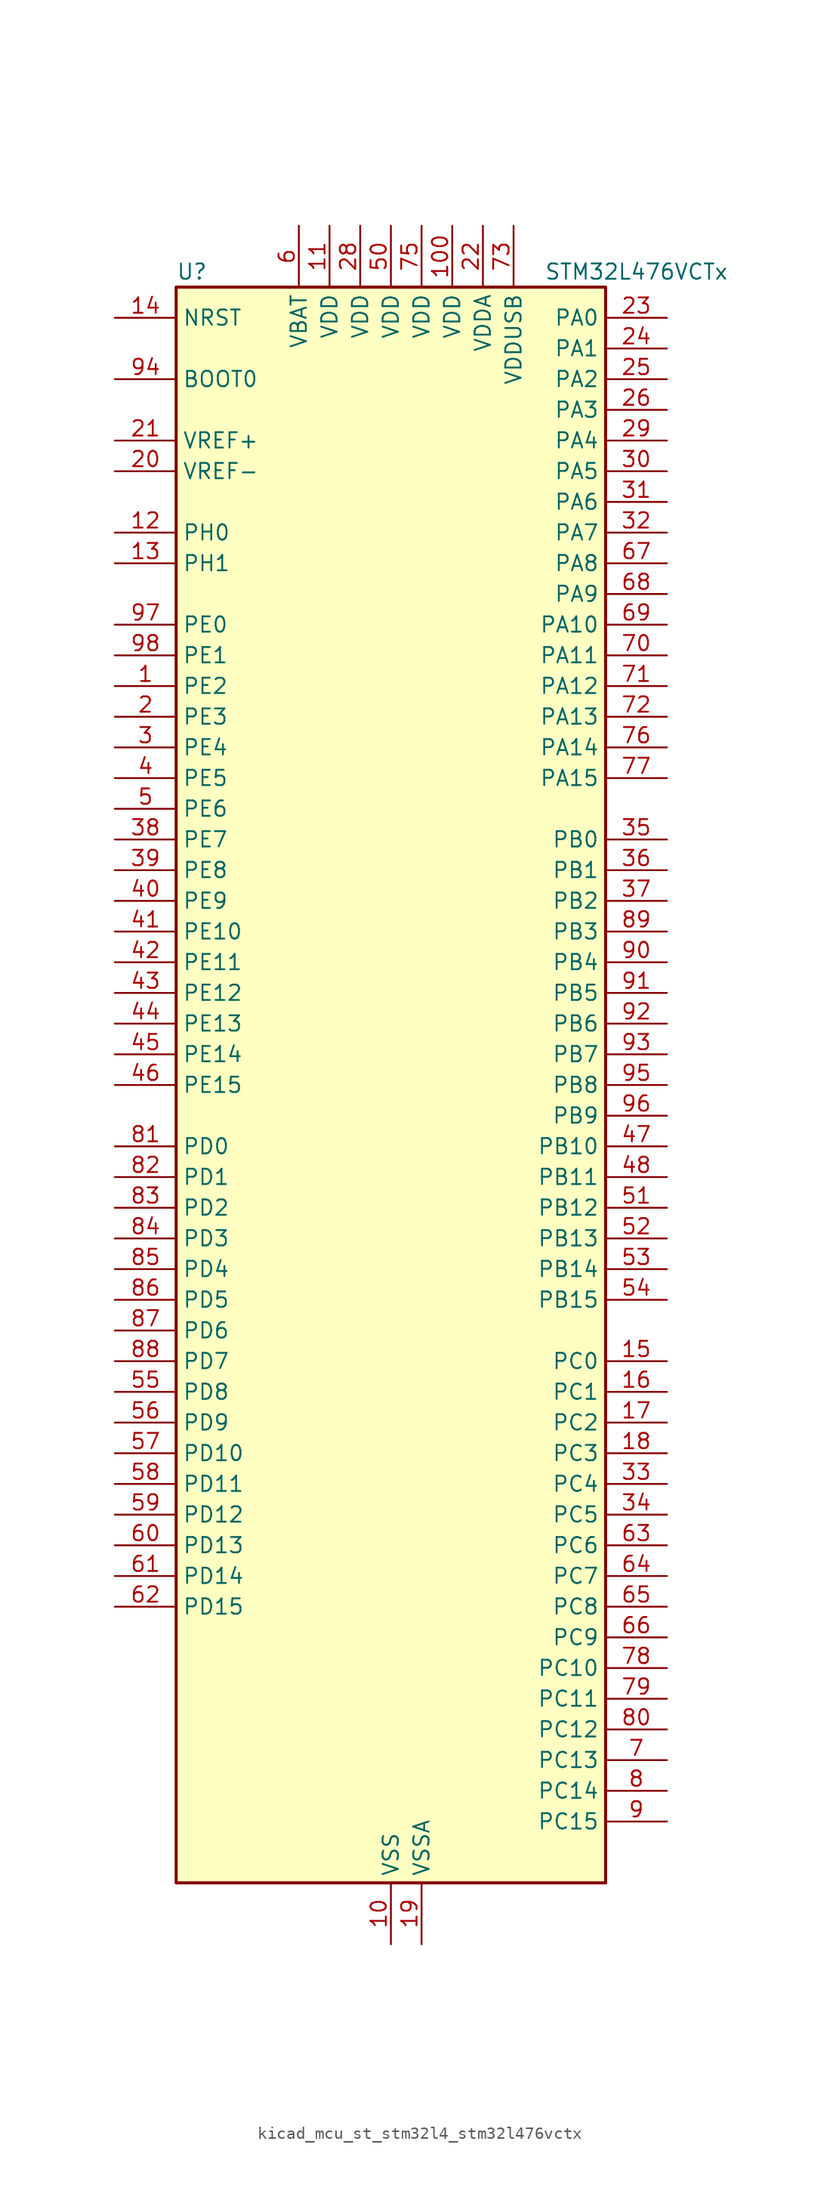
<source format=kicad_sym>
(kicad_symbol_lib
  (version 20220914)
  (generator kicad_symbol_editor)
  (symbol "kicad_mcu_st_stm32l4_stm32l476vctx"
    (property "Reference" "U"
      (at -17.78 67.31 0)
      (effects (font (size 1.27 1.27)) (justify left)))
    (property "Value" "STM32L476VCTx"
      (at 12.7 67.31 0)
      (effects (font (size 1.27 1.27)) (justify left)))
    (property "ki_locked" ""
      (at 0 0 0)
      (effects (font (size 1.27 1.27))))
    (symbol "kicad_mcu_st_stm32l4_stm32l476vctx_0_1"
      (rectangle (start -17.78 -66.04) (end 17.78 66.04) (stroke (width 0.254) (type default)) (fill (type background))))
    (symbol "kicad_mcu_st_stm32l4_stm32l476vctx_1_1"
      (pin bidirectional line (at -22.86 33.02 0) (length 5.08) (name "PE2" (effects (font (size 1.27 1.27)))) (number "1" (effects (font (size 1.27 1.27)))) (alternate "FMC_A23" bidirectional line) (alternate "LCD_SEG38" bidirectional line) (alternate "SAI1_MCLK_A" bidirectional line) (alternate "SYS_TRACECLK" bidirectional line) (alternate "TIM3_ETR" bidirectional line) (alternate "TSC_G7_IO1" bidirectional line))
      (pin power_in line (at 0 -71.12 90) (length 5.08) (name "VSS" (effects (font (size 1.27 1.27)))) (number "10" (effects (font (size 1.27 1.27)))))
      (pin power_in line (at 5.08 71.12 270) (length 5.08) (name "VDD" (effects (font (size 1.27 1.27)))) (number "100" (effects (font (size 1.27 1.27)))))
      (pin power_in line (at -5.08 71.12 270) (length 5.08) (name "VDD" (effects (font (size 1.27 1.27)))) (number "11" (effects (font (size 1.27 1.27)))))
      (pin bidirectional line (at -22.86 45.72 0) (length 5.08) (name "PH0" (effects (font (size 1.27 1.27)))) (number "12" (effects (font (size 1.27 1.27)))) (alternate "RCC_OSC_IN" bidirectional line))
      (pin bidirectional line (at -22.86 43.18 0) (length 5.08) (name "PH1" (effects (font (size 1.27 1.27)))) (number "13" (effects (font (size 1.27 1.27)))) (alternate "RCC_OSC_OUT" bidirectional line))
      (pin input line (at -22.86 63.5 0) (length 5.08) (name "NRST" (effects (font (size 1.27 1.27)))) (number "14" (effects (font (size 1.27 1.27)))))
      (pin bidirectional line (at 22.86 -22.86 180) (length 5.08) (name "PC0" (effects (font (size 1.27 1.27)))) (number "15" (effects (font (size 1.27 1.27)))) (alternate "ADC1_IN1" bidirectional line) (alternate "ADC2_IN1" bidirectional line) (alternate "ADC3_IN1" bidirectional line) (alternate "DFSDM1_DATIN4" bidirectional line) (alternate "I2C3_SCL" bidirectional line) (alternate "LCD_SEG18" bidirectional line) (alternate "LPTIM1_IN1" bidirectional line) (alternate "LPTIM2_IN1" bidirectional line) (alternate "LPUART1_RX" bidirectional line))
      (pin bidirectional line (at 22.86 -25.4 180) (length 5.08) (name "PC1" (effects (font (size 1.27 1.27)))) (number "16" (effects (font (size 1.27 1.27)))) (alternate "ADC1_IN2" bidirectional line) (alternate "ADC2_IN2" bidirectional line) (alternate "ADC3_IN2" bidirectional line) (alternate "DFSDM1_CKIN4" bidirectional line) (alternate "I2C3_SDA" bidirectional line) (alternate "LCD_SEG19" bidirectional line) (alternate "LPTIM1_OUT" bidirectional line) (alternate "LPUART1_TX" bidirectional line))
      (pin bidirectional line (at 22.86 -27.94 180) (length 5.08) (name "PC2" (effects (font (size 1.27 1.27)))) (number "17" (effects (font (size 1.27 1.27)))) (alternate "ADC1_IN3" bidirectional line) (alternate "ADC2_IN3" bidirectional line) (alternate "ADC3_IN3" bidirectional line) (alternate "DFSDM1_CKOUT" bidirectional line) (alternate "LCD_SEG20" bidirectional line) (alternate "LPTIM1_IN2" bidirectional line) (alternate "SPI2_MISO" bidirectional line))
      (pin bidirectional line (at 22.86 -30.48 180) (length 5.08) (name "PC3" (effects (font (size 1.27 1.27)))) (number "18" (effects (font (size 1.27 1.27)))) (alternate "ADC1_IN4" bidirectional line) (alternate "ADC2_IN4" bidirectional line) (alternate "ADC3_IN4" bidirectional line) (alternate "LCD_VLCD" bidirectional line) (alternate "LPTIM1_ETR" bidirectional line) (alternate "LPTIM2_ETR" bidirectional line) (alternate "SAI1_SD_A" bidirectional line) (alternate "SPI2_MOSI" bidirectional line))
      (pin power_in line (at 2.54 -71.12 90) (length 5.08) (name "VSSA" (effects (font (size 1.27 1.27)))) (number "19" (effects (font (size 1.27 1.27)))))
      (pin bidirectional line (at -22.86 30.48 0) (length 5.08) (name "PE3" (effects (font (size 1.27 1.27)))) (number "2" (effects (font (size 1.27 1.27)))) (alternate "FMC_A19" bidirectional line) (alternate "LCD_SEG39" bidirectional line) (alternate "SAI1_SD_B" bidirectional line) (alternate "SYS_TRACED0" bidirectional line) (alternate "TIM3_CH1" bidirectional line) (alternate "TSC_G7_IO2" bidirectional line))
      (pin input line (at -22.86 50.8 0) (length 5.08) (name "VREF-" (effects (font (size 1.27 1.27)))) (number "20" (effects (font (size 1.27 1.27)))))
      (pin input line (at -22.86 53.34 0) (length 5.08) (name "VREF+" (effects (font (size 1.27 1.27)))) (number "21" (effects (font (size 1.27 1.27)))) (alternate "VREFBUF_OUT" bidirectional line))
      (pin power_in line (at 7.62 71.12 270) (length 5.08) (name "VDDA" (effects (font (size 1.27 1.27)))) (number "22" (effects (font (size 1.27 1.27)))))
      (pin bidirectional line (at 22.86 63.5 180) (length 5.08) (name "PA0" (effects (font (size 1.27 1.27)))) (number "23" (effects (font (size 1.27 1.27)))) (alternate "ADC1_IN5" bidirectional line) (alternate "ADC2_IN5" bidirectional line) (alternate "OPAMP1_VINP" bidirectional line) (alternate "RTC_TAMP2" bidirectional line) (alternate "SAI1_EXTCLK" bidirectional line) (alternate "SYS_WKUP1" bidirectional line) (alternate "TIM2_CH1" bidirectional line) (alternate "TIM2_ETR" bidirectional line) (alternate "TIM5_CH1" bidirectional line) (alternate "TIM8_ETR" bidirectional line) (alternate "UART4_TX" bidirectional line) (alternate "USART2_CTS" bidirectional line))
      (pin bidirectional line (at 22.86 60.96 180) (length 5.08) (name "PA1" (effects (font (size 1.27 1.27)))) (number "24" (effects (font (size 1.27 1.27)))) (alternate "ADC1_IN6" bidirectional line) (alternate "ADC2_IN6" bidirectional line) (alternate "LCD_SEG0" bidirectional line) (alternate "OPAMP1_VINM" bidirectional line) (alternate "TIM15_CH1N" bidirectional line) (alternate "TIM2_CH2" bidirectional line) (alternate "TIM5_CH2" bidirectional line) (alternate "UART4_RX" bidirectional line) (alternate "USART2_DE" bidirectional line) (alternate "USART2_RTS" bidirectional line))
      (pin bidirectional line (at 22.86 58.42 180) (length 5.08) (name "PA2" (effects (font (size 1.27 1.27)))) (number "25" (effects (font (size 1.27 1.27)))) (alternate "ADC1_IN7" bidirectional line) (alternate "ADC2_IN7" bidirectional line) (alternate "LCD_SEG1" bidirectional line) (alternate "RCC_LSCO" bidirectional line) (alternate "SAI2_EXTCLK" bidirectional line) (alternate "SYS_WKUP4" bidirectional line) (alternate "TIM15_CH1" bidirectional line) (alternate "TIM2_CH3" bidirectional line) (alternate "TIM5_CH3" bidirectional line) (alternate "USART2_TX" bidirectional line))
      (pin bidirectional line (at 22.86 55.88 180) (length 5.08) (name "PA3" (effects (font (size 1.27 1.27)))) (number "26" (effects (font (size 1.27 1.27)))) (alternate "ADC1_IN8" bidirectional line) (alternate "ADC2_IN8" bidirectional line) (alternate "LCD_SEG2" bidirectional line) (alternate "OPAMP1_VOUT" bidirectional line) (alternate "TIM15_CH2" bidirectional line) (alternate "TIM2_CH4" bidirectional line) (alternate "TIM5_CH4" bidirectional line) (alternate "USART2_RX" bidirectional line))
      (pin passive line (at 0 -71.12 90) (length 5.08) hide (name "VSS" (effects (font (size 1.27 1.27)))) (number "27" (effects (font (size 1.27 1.27)))))
      (pin power_in line (at -2.54 71.12 270) (length 5.08) (name "VDD" (effects (font (size 1.27 1.27)))) (number "28" (effects (font (size 1.27 1.27)))))
      (pin bidirectional line (at 22.86 53.34 180) (length 5.08) (name "PA4" (effects (font (size 1.27 1.27)))) (number "29" (effects (font (size 1.27 1.27)))) (alternate "ADC1_IN9" bidirectional line) (alternate "ADC2_IN9" bidirectional line) (alternate "DAC1_OUT1" bidirectional line) (alternate "LPTIM2_OUT" bidirectional line) (alternate "SAI1_FS_B" bidirectional line) (alternate "SPI1_NSS" bidirectional line) (alternate "SPI3_NSS" bidirectional line) (alternate "USART2_CK" bidirectional line))
      (pin bidirectional line (at -22.86 27.94 0) (length 5.08) (name "PE4" (effects (font (size 1.27 1.27)))) (number "3" (effects (font (size 1.27 1.27)))) (alternate "DFSDM1_DATIN3" bidirectional line) (alternate "FMC_A20" bidirectional line) (alternate "SAI1_FS_A" bidirectional line) (alternate "SYS_TRACED1" bidirectional line) (alternate "TIM3_CH2" bidirectional line) (alternate "TSC_G7_IO3" bidirectional line))
      (pin bidirectional line (at 22.86 50.8 180) (length 5.08) (name "PA5" (effects (font (size 1.27 1.27)))) (number "30" (effects (font (size 1.27 1.27)))) (alternate "ADC1_IN10" bidirectional line) (alternate "ADC2_IN10" bidirectional line) (alternate "DAC1_OUT2" bidirectional line) (alternate "LPTIM2_ETR" bidirectional line) (alternate "SPI1_SCK" bidirectional line) (alternate "TIM2_CH1" bidirectional line) (alternate "TIM2_ETR" bidirectional line) (alternate "TIM8_CH1N" bidirectional line))
      (pin bidirectional line (at 22.86 48.26 180) (length 5.08) (name "PA6" (effects (font (size 1.27 1.27)))) (number "31" (effects (font (size 1.27 1.27)))) (alternate "ADC1_IN11" bidirectional line) (alternate "ADC2_IN11" bidirectional line) (alternate "LCD_SEG3" bidirectional line) (alternate "OPAMP2_VINP" bidirectional line) (alternate "QUADSPI_BK1_IO3" bidirectional line) (alternate "SPI1_MISO" bidirectional line) (alternate "TIM16_CH1" bidirectional line) (alternate "TIM1_BKIN" bidirectional line) (alternate "TIM1_BKIN_COMP2" bidirectional line) (alternate "TIM3_CH1" bidirectional line) (alternate "TIM8_BKIN" bidirectional line) (alternate "TIM8_BKIN_COMP2" bidirectional line) (alternate "USART3_CTS" bidirectional line))
      (pin bidirectional line (at 22.86 45.72 180) (length 5.08) (name "PA7" (effects (font (size 1.27 1.27)))) (number "32" (effects (font (size 1.27 1.27)))) (alternate "ADC1_IN12" bidirectional line) (alternate "ADC2_IN12" bidirectional line) (alternate "LCD_SEG4" bidirectional line) (alternate "OPAMP2_VINM" bidirectional line) (alternate "QUADSPI_BK1_IO2" bidirectional line) (alternate "SPI1_MOSI" bidirectional line) (alternate "TIM17_CH1" bidirectional line) (alternate "TIM1_CH1N" bidirectional line) (alternate "TIM3_CH2" bidirectional line) (alternate "TIM8_CH1N" bidirectional line))
      (pin bidirectional line (at 22.86 -33.02 180) (length 5.08) (name "PC4" (effects (font (size 1.27 1.27)))) (number "33" (effects (font (size 1.27 1.27)))) (alternate "ADC1_IN13" bidirectional line) (alternate "ADC2_IN13" bidirectional line) (alternate "COMP1_INM" bidirectional line) (alternate "LCD_SEG22" bidirectional line) (alternate "USART3_TX" bidirectional line))
      (pin bidirectional line (at 22.86 -35.56 180) (length 5.08) (name "PC5" (effects (font (size 1.27 1.27)))) (number "34" (effects (font (size 1.27 1.27)))) (alternate "ADC1_IN14" bidirectional line) (alternate "ADC2_IN14" bidirectional line) (alternate "COMP1_INP" bidirectional line) (alternate "LCD_SEG23" bidirectional line) (alternate "SYS_WKUP5" bidirectional line) (alternate "USART3_RX" bidirectional line))
      (pin bidirectional line (at 22.86 20.32 180) (length 5.08) (name "PB0" (effects (font (size 1.27 1.27)))) (number "35" (effects (font (size 1.27 1.27)))) (alternate "ADC1_IN15" bidirectional line) (alternate "ADC2_IN15" bidirectional line) (alternate "COMP1_OUT" bidirectional line) (alternate "LCD_SEG5" bidirectional line) (alternate "OPAMP2_VOUT" bidirectional line) (alternate "QUADSPI_BK1_IO1" bidirectional line) (alternate "TIM1_CH2N" bidirectional line) (alternate "TIM3_CH3" bidirectional line) (alternate "TIM8_CH2N" bidirectional line) (alternate "USART3_CK" bidirectional line))
      (pin bidirectional line (at 22.86 17.78 180) (length 5.08) (name "PB1" (effects (font (size 1.27 1.27)))) (number "36" (effects (font (size 1.27 1.27)))) (alternate "ADC1_IN16" bidirectional line) (alternate "ADC2_IN16" bidirectional line) (alternate "COMP1_INM" bidirectional line) (alternate "DFSDM1_DATIN0" bidirectional line) (alternate "LCD_SEG6" bidirectional line) (alternate "LPTIM2_IN1" bidirectional line) (alternate "QUADSPI_BK1_IO0" bidirectional line) (alternate "TIM1_CH3N" bidirectional line) (alternate "TIM3_CH4" bidirectional line) (alternate "TIM8_CH3N" bidirectional line) (alternate "USART3_DE" bidirectional line) (alternate "USART3_RTS" bidirectional line))
      (pin bidirectional line (at 22.86 15.24 180) (length 5.08) (name "PB2" (effects (font (size 1.27 1.27)))) (number "37" (effects (font (size 1.27 1.27)))) (alternate "COMP1_INP" bidirectional line) (alternate "DFSDM1_CKIN0" bidirectional line) (alternate "I2C3_SMBA" bidirectional line) (alternate "LPTIM1_OUT" bidirectional line) (alternate "RTC_OUT_ALARM" bidirectional line) (alternate "RTC_OUT_CALIB" bidirectional line))
      (pin bidirectional line (at -22.86 20.32 0) (length 5.08) (name "PE7" (effects (font (size 1.27 1.27)))) (number "38" (effects (font (size 1.27 1.27)))) (alternate "DFSDM1_DATIN2" bidirectional line) (alternate "FMC_D4" bidirectional line) (alternate "FMC_DA4" bidirectional line) (alternate "SAI1_SD_B" bidirectional line) (alternate "TIM1_ETR" bidirectional line))
      (pin bidirectional line (at -22.86 17.78 0) (length 5.08) (name "PE8" (effects (font (size 1.27 1.27)))) (number "39" (effects (font (size 1.27 1.27)))) (alternate "DFSDM1_CKIN2" bidirectional line) (alternate "FMC_D5" bidirectional line) (alternate "FMC_DA5" bidirectional line) (alternate "SAI1_SCK_B" bidirectional line) (alternate "TIM1_CH1N" bidirectional line))
      (pin bidirectional line (at -22.86 25.4 0) (length 5.08) (name "PE5" (effects (font (size 1.27 1.27)))) (number "4" (effects (font (size 1.27 1.27)))) (alternate "DFSDM1_CKIN3" bidirectional line) (alternate "FMC_A21" bidirectional line) (alternate "SAI1_SCK_A" bidirectional line) (alternate "SYS_TRACED2" bidirectional line) (alternate "TIM3_CH3" bidirectional line) (alternate "TSC_G7_IO4" bidirectional line))
      (pin bidirectional line (at -22.86 15.24 0) (length 5.08) (name "PE9" (effects (font (size 1.27 1.27)))) (number "40" (effects (font (size 1.27 1.27)))) (alternate "DAC1_EXTI9" bidirectional line) (alternate "DFSDM1_CKOUT" bidirectional line) (alternate "FMC_D6" bidirectional line) (alternate "FMC_DA6" bidirectional line) (alternate "SAI1_FS_B" bidirectional line) (alternate "TIM1_CH1" bidirectional line))
      (pin bidirectional line (at -22.86 12.7 0) (length 5.08) (name "PE10" (effects (font (size 1.27 1.27)))) (number "41" (effects (font (size 1.27 1.27)))) (alternate "DFSDM1_DATIN4" bidirectional line) (alternate "FMC_D7" bidirectional line) (alternate "FMC_DA7" bidirectional line) (alternate "QUADSPI_CLK" bidirectional line) (alternate "SAI1_MCLK_B" bidirectional line) (alternate "TIM1_CH2N" bidirectional line) (alternate "TSC_G5_IO1" bidirectional line))
      (pin bidirectional line (at -22.86 10.16 0) (length 5.08) (name "PE11" (effects (font (size 1.27 1.27)))) (number "42" (effects (font (size 1.27 1.27)))) (alternate "ADC1_EXTI11" bidirectional line) (alternate "ADC2_EXTI11" bidirectional line) (alternate "ADC3_EXTI11" bidirectional line) (alternate "DFSDM1_CKIN4" bidirectional line) (alternate "FMC_D8" bidirectional line) (alternate "FMC_DA8" bidirectional line) (alternate "QUADSPI_NCS" bidirectional line) (alternate "TIM1_CH2" bidirectional line) (alternate "TSC_G5_IO2" bidirectional line))
      (pin bidirectional line (at -22.86 7.62 0) (length 5.08) (name "PE12" (effects (font (size 1.27 1.27)))) (number "43" (effects (font (size 1.27 1.27)))) (alternate "DFSDM1_DATIN5" bidirectional line) (alternate "FMC_D9" bidirectional line) (alternate "FMC_DA9" bidirectional line) (alternate "QUADSPI_BK1_IO0" bidirectional line) (alternate "SPI1_NSS" bidirectional line) (alternate "TIM1_CH3N" bidirectional line) (alternate "TSC_G5_IO3" bidirectional line))
      (pin bidirectional line (at -22.86 5.08 0) (length 5.08) (name "PE13" (effects (font (size 1.27 1.27)))) (number "44" (effects (font (size 1.27 1.27)))) (alternate "DFSDM1_CKIN5" bidirectional line) (alternate "FMC_D10" bidirectional line) (alternate "FMC_DA10" bidirectional line) (alternate "QUADSPI_BK1_IO1" bidirectional line) (alternate "SPI1_SCK" bidirectional line) (alternate "TIM1_CH3" bidirectional line) (alternate "TSC_G5_IO4" bidirectional line))
      (pin bidirectional line (at -22.86 2.54 0) (length 5.08) (name "PE14" (effects (font (size 1.27 1.27)))) (number "45" (effects (font (size 1.27 1.27)))) (alternate "FMC_D11" bidirectional line) (alternate "FMC_DA11" bidirectional line) (alternate "QUADSPI_BK1_IO2" bidirectional line) (alternate "SPI1_MISO" bidirectional line) (alternate "TIM1_BKIN2" bidirectional line) (alternate "TIM1_BKIN2_COMP2" bidirectional line) (alternate "TIM1_CH4" bidirectional line))
      (pin bidirectional line (at -22.86 0 0) (length 5.08) (name "PE15" (effects (font (size 1.27 1.27)))) (number "46" (effects (font (size 1.27 1.27)))) (alternate "ADC1_EXTI15" bidirectional line) (alternate "ADC2_EXTI15" bidirectional line) (alternate "ADC3_EXTI15" bidirectional line) (alternate "FMC_D12" bidirectional line) (alternate "FMC_DA12" bidirectional line) (alternate "QUADSPI_BK1_IO3" bidirectional line) (alternate "SPI1_MOSI" bidirectional line) (alternate "TIM1_BKIN" bidirectional line) (alternate "TIM1_BKIN_COMP1" bidirectional line))
      (pin bidirectional line (at 22.86 -5.08 180) (length 5.08) (name "PB10" (effects (font (size 1.27 1.27)))) (number "47" (effects (font (size 1.27 1.27)))) (alternate "COMP1_OUT" bidirectional line) (alternate "DFSDM1_DATIN7" bidirectional line) (alternate "I2C2_SCL" bidirectional line) (alternate "LCD_SEG10" bidirectional line) (alternate "LPUART1_RX" bidirectional line) (alternate "QUADSPI_CLK" bidirectional line) (alternate "SAI1_SCK_A" bidirectional line) (alternate "SPI2_SCK" bidirectional line) (alternate "TIM2_CH3" bidirectional line) (alternate "USART3_TX" bidirectional line))
      (pin bidirectional line (at 22.86 -7.62 180) (length 5.08) (name "PB11" (effects (font (size 1.27 1.27)))) (number "48" (effects (font (size 1.27 1.27)))) (alternate "ADC1_EXTI11" bidirectional line) (alternate "ADC2_EXTI11" bidirectional line) (alternate "ADC3_EXTI11" bidirectional line) (alternate "COMP2_OUT" bidirectional line) (alternate "DFSDM1_CKIN7" bidirectional line) (alternate "I2C2_SDA" bidirectional line) (alternate "LCD_SEG11" bidirectional line) (alternate "LPUART1_TX" bidirectional line) (alternate "QUADSPI_NCS" bidirectional line) (alternate "TIM2_CH4" bidirectional line) (alternate "USART3_RX" bidirectional line))
      (pin passive line (at 0 -71.12 90) (length 5.08) hide (name "VSS" (effects (font (size 1.27 1.27)))) (number "49" (effects (font (size 1.27 1.27)))))
      (pin bidirectional line (at -22.86 22.86 0) (length 5.08) (name "PE6" (effects (font (size 1.27 1.27)))) (number "5" (effects (font (size 1.27 1.27)))) (alternate "FMC_A22" bidirectional line) (alternate "RTC_TAMP3" bidirectional line) (alternate "SAI1_SD_A" bidirectional line) (alternate "SYS_TRACED3" bidirectional line) (alternate "SYS_WKUP3" bidirectional line) (alternate "TIM3_CH4" bidirectional line))
      (pin power_in line (at 0 71.12 270) (length 5.08) (name "VDD" (effects (font (size 1.27 1.27)))) (number "50" (effects (font (size 1.27 1.27)))))
      (pin bidirectional line (at 22.86 -10.16 180) (length 5.08) (name "PB12" (effects (font (size 1.27 1.27)))) (number "51" (effects (font (size 1.27 1.27)))) (alternate "DFSDM1_DATIN1" bidirectional line) (alternate "I2C2_SMBA" bidirectional line) (alternate "LCD_SEG12" bidirectional line) (alternate "LPUART1_DE" bidirectional line) (alternate "LPUART1_RTS" bidirectional line) (alternate "SAI2_FS_A" bidirectional line) (alternate "SPI2_NSS" bidirectional line) (alternate "SWPMI1_IO" bidirectional line) (alternate "TIM15_BKIN" bidirectional line) (alternate "TIM1_BKIN" bidirectional line) (alternate "TIM1_BKIN_COMP2" bidirectional line) (alternate "TSC_G1_IO1" bidirectional line) (alternate "USART3_CK" bidirectional line))
      (pin bidirectional line (at 22.86 -12.7 180) (length 5.08) (name "PB13" (effects (font (size 1.27 1.27)))) (number "52" (effects (font (size 1.27 1.27)))) (alternate "DFSDM1_CKIN1" bidirectional line) (alternate "I2C2_SCL" bidirectional line) (alternate "LCD_SEG13" bidirectional line) (alternate "LPUART1_CTS" bidirectional line) (alternate "SAI2_SCK_A" bidirectional line) (alternate "SPI2_SCK" bidirectional line) (alternate "SWPMI1_TX" bidirectional line) (alternate "TIM15_CH1N" bidirectional line) (alternate "TIM1_CH1N" bidirectional line) (alternate "TSC_G1_IO2" bidirectional line) (alternate "USART3_CTS" bidirectional line))
      (pin bidirectional line (at 22.86 -15.24 180) (length 5.08) (name "PB14" (effects (font (size 1.27 1.27)))) (number "53" (effects (font (size 1.27 1.27)))) (alternate "DFSDM1_DATIN2" bidirectional line) (alternate "I2C2_SDA" bidirectional line) (alternate "LCD_SEG14" bidirectional line) (alternate "SAI2_MCLK_A" bidirectional line) (alternate "SPI2_MISO" bidirectional line) (alternate "SWPMI1_RX" bidirectional line) (alternate "TIM15_CH1" bidirectional line) (alternate "TIM1_CH2N" bidirectional line) (alternate "TIM8_CH2N" bidirectional line) (alternate "TSC_G1_IO3" bidirectional line) (alternate "USART3_DE" bidirectional line) (alternate "USART3_RTS" bidirectional line))
      (pin bidirectional line (at 22.86 -17.78 180) (length 5.08) (name "PB15" (effects (font (size 1.27 1.27)))) (number "54" (effects (font (size 1.27 1.27)))) (alternate "ADC1_EXTI15" bidirectional line) (alternate "ADC2_EXTI15" bidirectional line) (alternate "ADC3_EXTI15" bidirectional line) (alternate "DFSDM1_CKIN2" bidirectional line) (alternate "LCD_SEG15" bidirectional line) (alternate "RTC_REFIN" bidirectional line) (alternate "SAI2_SD_A" bidirectional line) (alternate "SPI2_MOSI" bidirectional line) (alternate "SWPMI1_SUSPEND" bidirectional line) (alternate "TIM15_CH2" bidirectional line) (alternate "TIM1_CH3N" bidirectional line) (alternate "TIM8_CH3N" bidirectional line) (alternate "TSC_G1_IO4" bidirectional line))
      (pin bidirectional line (at -22.86 -25.4 0) (length 5.08) (name "PD8" (effects (font (size 1.27 1.27)))) (number "55" (effects (font (size 1.27 1.27)))) (alternate "FMC_D13" bidirectional line) (alternate "FMC_DA13" bidirectional line) (alternate "LCD_SEG28" bidirectional line) (alternate "USART3_TX" bidirectional line))
      (pin bidirectional line (at -22.86 -27.94 0) (length 5.08) (name "PD9" (effects (font (size 1.27 1.27)))) (number "56" (effects (font (size 1.27 1.27)))) (alternate "DAC1_EXTI9" bidirectional line) (alternate "FMC_D14" bidirectional line) (alternate "FMC_DA14" bidirectional line) (alternate "LCD_SEG29" bidirectional line) (alternate "SAI2_MCLK_A" bidirectional line) (alternate "USART3_RX" bidirectional line))
      (pin bidirectional line (at -22.86 -30.48 0) (length 5.08) (name "PD10" (effects (font (size 1.27 1.27)))) (number "57" (effects (font (size 1.27 1.27)))) (alternate "FMC_D15" bidirectional line) (alternate "FMC_DA15" bidirectional line) (alternate "LCD_SEG30" bidirectional line) (alternate "SAI2_SCK_A" bidirectional line) (alternate "TSC_G6_IO1" bidirectional line) (alternate "USART3_CK" bidirectional line))
      (pin bidirectional line (at -22.86 -33.02 0) (length 5.08) (name "PD11" (effects (font (size 1.27 1.27)))) (number "58" (effects (font (size 1.27 1.27)))) (alternate "ADC1_EXTI11" bidirectional line) (alternate "ADC2_EXTI11" bidirectional line) (alternate "ADC3_EXTI11" bidirectional line) (alternate "FMC_A16" bidirectional line) (alternate "FMC_CLE" bidirectional line) (alternate "LCD_SEG31" bidirectional line) (alternate "LPTIM2_ETR" bidirectional line) (alternate "SAI2_SD_A" bidirectional line) (alternate "TSC_G6_IO2" bidirectional line) (alternate "USART3_CTS" bidirectional line))
      (pin bidirectional line (at -22.86 -35.56 0) (length 5.08) (name "PD12" (effects (font (size 1.27 1.27)))) (number "59" (effects (font (size 1.27 1.27)))) (alternate "FMC_A17" bidirectional line) (alternate "FMC_ALE" bidirectional line) (alternate "LCD_SEG32" bidirectional line) (alternate "LPTIM2_IN1" bidirectional line) (alternate "SAI2_FS_A" bidirectional line) (alternate "TIM4_CH1" bidirectional line) (alternate "TSC_G6_IO3" bidirectional line) (alternate "USART3_DE" bidirectional line) (alternate "USART3_RTS" bidirectional line))
      (pin power_in line (at -7.62 71.12 270) (length 5.08) (name "VBAT" (effects (font (size 1.27 1.27)))) (number "6" (effects (font (size 1.27 1.27)))))
      (pin bidirectional line (at -22.86 -38.1 0) (length 5.08) (name "PD13" (effects (font (size 1.27 1.27)))) (number "60" (effects (font (size 1.27 1.27)))) (alternate "FMC_A18" bidirectional line) (alternate "LCD_SEG33" bidirectional line) (alternate "LPTIM2_OUT" bidirectional line) (alternate "TIM4_CH2" bidirectional line) (alternate "TSC_G6_IO4" bidirectional line))
      (pin bidirectional line (at -22.86 -40.64 0) (length 5.08) (name "PD14" (effects (font (size 1.27 1.27)))) (number "61" (effects (font (size 1.27 1.27)))) (alternate "FMC_D0" bidirectional line) (alternate "FMC_DA0" bidirectional line) (alternate "LCD_SEG34" bidirectional line) (alternate "TIM4_CH3" bidirectional line))
      (pin bidirectional line (at -22.86 -43.18 0) (length 5.08) (name "PD15" (effects (font (size 1.27 1.27)))) (number "62" (effects (font (size 1.27 1.27)))) (alternate "ADC1_EXTI15" bidirectional line) (alternate "ADC2_EXTI15" bidirectional line) (alternate "ADC3_EXTI15" bidirectional line) (alternate "FMC_D1" bidirectional line) (alternate "FMC_DA1" bidirectional line) (alternate "LCD_SEG35" bidirectional line) (alternate "TIM4_CH4" bidirectional line))
      (pin bidirectional line (at 22.86 -38.1 180) (length 5.08) (name "PC6" (effects (font (size 1.27 1.27)))) (number "63" (effects (font (size 1.27 1.27)))) (alternate "DFSDM1_CKIN3" bidirectional line) (alternate "LCD_SEG24" bidirectional line) (alternate "SAI2_MCLK_A" bidirectional line) (alternate "SDMMC1_D6" bidirectional line) (alternate "TIM3_CH1" bidirectional line) (alternate "TIM8_CH1" bidirectional line) (alternate "TSC_G4_IO1" bidirectional line))
      (pin bidirectional line (at 22.86 -40.64 180) (length 5.08) (name "PC7" (effects (font (size 1.27 1.27)))) (number "64" (effects (font (size 1.27 1.27)))) (alternate "DFSDM1_DATIN3" bidirectional line) (alternate "LCD_SEG25" bidirectional line) (alternate "SAI2_MCLK_B" bidirectional line) (alternate "SDMMC1_D7" bidirectional line) (alternate "TIM3_CH2" bidirectional line) (alternate "TIM8_CH2" bidirectional line) (alternate "TSC_G4_IO2" bidirectional line))
      (pin bidirectional line (at 22.86 -43.18 180) (length 5.08) (name "PC8" (effects (font (size 1.27 1.27)))) (number "65" (effects (font (size 1.27 1.27)))) (alternate "LCD_SEG26" bidirectional line) (alternate "SDMMC1_D0" bidirectional line) (alternate "TIM3_CH3" bidirectional line) (alternate "TIM8_CH3" bidirectional line) (alternate "TSC_G4_IO3" bidirectional line))
      (pin bidirectional line (at 22.86 -45.72 180) (length 5.08) (name "PC9" (effects (font (size 1.27 1.27)))) (number "66" (effects (font (size 1.27 1.27)))) (alternate "DAC1_EXTI9" bidirectional line) (alternate "LCD_SEG27" bidirectional line) (alternate "SAI2_EXTCLK" bidirectional line) (alternate "SDMMC1_D1" bidirectional line) (alternate "TIM3_CH4" bidirectional line) (alternate "TIM8_BKIN2" bidirectional line) (alternate "TIM8_BKIN2_COMP1" bidirectional line) (alternate "TIM8_CH4" bidirectional line) (alternate "TSC_G4_IO4" bidirectional line) (alternate "USB_OTG_FS_NOE" bidirectional line))
      (pin bidirectional line (at 22.86 43.18 180) (length 5.08) (name "PA8" (effects (font (size 1.27 1.27)))) (number "67" (effects (font (size 1.27 1.27)))) (alternate "LCD_COM0" bidirectional line) (alternate "LPTIM2_OUT" bidirectional line) (alternate "RCC_MCO" bidirectional line) (alternate "TIM1_CH1" bidirectional line) (alternate "USART1_CK" bidirectional line) (alternate "USB_OTG_FS_SOF" bidirectional line))
      (pin bidirectional line (at 22.86 40.64 180) (length 5.08) (name "PA9" (effects (font (size 1.27 1.27)))) (number "68" (effects (font (size 1.27 1.27)))) (alternate "DAC1_EXTI9" bidirectional line) (alternate "LCD_COM1" bidirectional line) (alternate "TIM15_BKIN" bidirectional line) (alternate "TIM1_CH2" bidirectional line) (alternate "USART1_TX" bidirectional line) (alternate "USB_OTG_FS_VBUS" bidirectional line))
      (pin bidirectional line (at 22.86 38.1 180) (length 5.08) (name "PA10" (effects (font (size 1.27 1.27)))) (number "69" (effects (font (size 1.27 1.27)))) (alternate "LCD_COM2" bidirectional line) (alternate "TIM17_BKIN" bidirectional line) (alternate "TIM1_CH3" bidirectional line) (alternate "USART1_RX" bidirectional line) (alternate "USB_OTG_FS_ID" bidirectional line))
      (pin bidirectional line (at 22.86 -55.88 180) (length 5.08) (name "PC13" (effects (font (size 1.27 1.27)))) (number "7" (effects (font (size 1.27 1.27)))) (alternate "RTC_OUT_ALARM" bidirectional line) (alternate "RTC_OUT_CALIB" bidirectional line) (alternate "RTC_TAMP1" bidirectional line) (alternate "RTC_TS" bidirectional line) (alternate "SYS_WKUP2" bidirectional line))
      (pin bidirectional line (at 22.86 35.56 180) (length 5.08) (name "PA11" (effects (font (size 1.27 1.27)))) (number "70" (effects (font (size 1.27 1.27)))) (alternate "ADC1_EXTI11" bidirectional line) (alternate "ADC2_EXTI11" bidirectional line) (alternate "ADC3_EXTI11" bidirectional line) (alternate "CAN1_RX" bidirectional line) (alternate "TIM1_BKIN2" bidirectional line) (alternate "TIM1_BKIN2_COMP1" bidirectional line) (alternate "TIM1_CH4" bidirectional line) (alternate "USART1_CTS" bidirectional line) (alternate "USB_OTG_FS_DM" bidirectional line))
      (pin bidirectional line (at 22.86 33.02 180) (length 5.08) (name "PA12" (effects (font (size 1.27 1.27)))) (number "71" (effects (font (size 1.27 1.27)))) (alternate "CAN1_TX" bidirectional line) (alternate "TIM1_ETR" bidirectional line) (alternate "USART1_DE" bidirectional line) (alternate "USART1_RTS" bidirectional line) (alternate "USB_OTG_FS_DP" bidirectional line))
      (pin bidirectional line (at 22.86 30.48 180) (length 5.08) (name "PA13" (effects (font (size 1.27 1.27)))) (number "72" (effects (font (size 1.27 1.27)))) (alternate "IR_OUT" bidirectional line) (alternate "SYS_JTMS-SWDIO" bidirectional line) (alternate "USB_OTG_FS_NOE" bidirectional line))
      (pin power_in line (at 10.16 71.12 270) (length 5.08) (name "VDDUSB" (effects (font (size 1.27 1.27)))) (number "73" (effects (font (size 1.27 1.27)))))
      (pin passive line (at 0 -71.12 90) (length 5.08) hide (name "VSS" (effects (font (size 1.27 1.27)))) (number "74" (effects (font (size 1.27 1.27)))))
      (pin power_in line (at 2.54 71.12 270) (length 5.08) (name "VDD" (effects (font (size 1.27 1.27)))) (number "75" (effects (font (size 1.27 1.27)))))
      (pin bidirectional line (at 22.86 27.94 180) (length 5.08) (name "PA14" (effects (font (size 1.27 1.27)))) (number "76" (effects (font (size 1.27 1.27)))) (alternate "SYS_JTCK-SWCLK" bidirectional line))
      (pin bidirectional line (at 22.86 25.4 180) (length 5.08) (name "PA15" (effects (font (size 1.27 1.27)))) (number "77" (effects (font (size 1.27 1.27)))) (alternate "ADC1_EXTI15" bidirectional line) (alternate "ADC2_EXTI15" bidirectional line) (alternate "ADC3_EXTI15" bidirectional line) (alternate "LCD_SEG17" bidirectional line) (alternate "SAI2_FS_B" bidirectional line) (alternate "SPI1_NSS" bidirectional line) (alternate "SPI3_NSS" bidirectional line) (alternate "SYS_JTDI" bidirectional line) (alternate "TIM2_CH1" bidirectional line) (alternate "TIM2_ETR" bidirectional line) (alternate "TSC_G3_IO1" bidirectional line) (alternate "UART4_DE" bidirectional line) (alternate "UART4_RTS" bidirectional line))
      (pin bidirectional line (at 22.86 -48.26 180) (length 5.08) (name "PC10" (effects (font (size 1.27 1.27)))) (number "78" (effects (font (size 1.27 1.27)))) (alternate "LCD_COM4" bidirectional line) (alternate "LCD_SEG28" bidirectional line) (alternate "LCD_SEG40" bidirectional line) (alternate "SAI2_SCK_B" bidirectional line) (alternate "SDMMC1_D2" bidirectional line) (alternate "SPI3_SCK" bidirectional line) (alternate "TSC_G3_IO2" bidirectional line) (alternate "UART4_TX" bidirectional line) (alternate "USART3_TX" bidirectional line))
      (pin bidirectional line (at 22.86 -50.8 180) (length 5.08) (name "PC11" (effects (font (size 1.27 1.27)))) (number "79" (effects (font (size 1.27 1.27)))) (alternate "ADC1_EXTI11" bidirectional line) (alternate "ADC2_EXTI11" bidirectional line) (alternate "ADC3_EXTI11" bidirectional line) (alternate "LCD_COM5" bidirectional line) (alternate "LCD_SEG29" bidirectional line) (alternate "LCD_SEG41" bidirectional line) (alternate "SAI2_MCLK_B" bidirectional line) (alternate "SDMMC1_D3" bidirectional line) (alternate "SPI3_MISO" bidirectional line) (alternate "TSC_G3_IO3" bidirectional line) (alternate "UART4_RX" bidirectional line) (alternate "USART3_RX" bidirectional line))
      (pin bidirectional line (at 22.86 -58.42 180) (length 5.08) (name "PC14" (effects (font (size 1.27 1.27)))) (number "8" (effects (font (size 1.27 1.27)))) (alternate "RCC_OSC32_IN" bidirectional line))
      (pin bidirectional line (at 22.86 -53.34 180) (length 5.08) (name "PC12" (effects (font (size 1.27 1.27)))) (number "80" (effects (font (size 1.27 1.27)))) (alternate "LCD_COM6" bidirectional line) (alternate "LCD_SEG30" bidirectional line) (alternate "LCD_SEG42" bidirectional line) (alternate "SAI2_SD_B" bidirectional line) (alternate "SDMMC1_CK" bidirectional line) (alternate "SPI3_MOSI" bidirectional line) (alternate "TSC_G3_IO4" bidirectional line) (alternate "UART5_TX" bidirectional line) (alternate "USART3_CK" bidirectional line))
      (pin bidirectional line (at -22.86 -5.08 0) (length 5.08) (name "PD0" (effects (font (size 1.27 1.27)))) (number "81" (effects (font (size 1.27 1.27)))) (alternate "CAN1_RX" bidirectional line) (alternate "DFSDM1_DATIN7" bidirectional line) (alternate "FMC_D2" bidirectional line) (alternate "FMC_DA2" bidirectional line) (alternate "SPI2_NSS" bidirectional line))
      (pin bidirectional line (at -22.86 -7.62 0) (length 5.08) (name "PD1" (effects (font (size 1.27 1.27)))) (number "82" (effects (font (size 1.27 1.27)))) (alternate "CAN1_TX" bidirectional line) (alternate "DFSDM1_CKIN7" bidirectional line) (alternate "FMC_D3" bidirectional line) (alternate "FMC_DA3" bidirectional line) (alternate "SPI2_SCK" bidirectional line))
      (pin bidirectional line (at -22.86 -10.16 0) (length 5.08) (name "PD2" (effects (font (size 1.27 1.27)))) (number "83" (effects (font (size 1.27 1.27)))) (alternate "LCD_COM7" bidirectional line) (alternate "LCD_SEG31" bidirectional line) (alternate "LCD_SEG43" bidirectional line) (alternate "SDMMC1_CMD" bidirectional line) (alternate "TIM3_ETR" bidirectional line) (alternate "TSC_SYNC" bidirectional line) (alternate "UART5_RX" bidirectional line) (alternate "USART3_DE" bidirectional line) (alternate "USART3_RTS" bidirectional line))
      (pin bidirectional line (at -22.86 -12.7 0) (length 5.08) (name "PD3" (effects (font (size 1.27 1.27)))) (number "84" (effects (font (size 1.27 1.27)))) (alternate "DFSDM1_DATIN0" bidirectional line) (alternate "FMC_CLK" bidirectional line) (alternate "SPI2_MISO" bidirectional line) (alternate "USART2_CTS" bidirectional line))
      (pin bidirectional line (at -22.86 -15.24 0) (length 5.08) (name "PD4" (effects (font (size 1.27 1.27)))) (number "85" (effects (font (size 1.27 1.27)))) (alternate "DFSDM1_CKIN0" bidirectional line) (alternate "FMC_NOE" bidirectional line) (alternate "SPI2_MOSI" bidirectional line) (alternate "USART2_DE" bidirectional line) (alternate "USART2_RTS" bidirectional line))
      (pin bidirectional line (at -22.86 -17.78 0) (length 5.08) (name "PD5" (effects (font (size 1.27 1.27)))) (number "86" (effects (font (size 1.27 1.27)))) (alternate "FMC_NWE" bidirectional line) (alternate "USART2_TX" bidirectional line))
      (pin bidirectional line (at -22.86 -20.32 0) (length 5.08) (name "PD6" (effects (font (size 1.27 1.27)))) (number "87" (effects (font (size 1.27 1.27)))) (alternate "DFSDM1_DATIN1" bidirectional line) (alternate "FMC_NWAIT" bidirectional line) (alternate "SAI1_SD_A" bidirectional line) (alternate "USART2_RX" bidirectional line))
      (pin bidirectional line (at -22.86 -22.86 0) (length 5.08) (name "PD7" (effects (font (size 1.27 1.27)))) (number "88" (effects (font (size 1.27 1.27)))) (alternate "DFSDM1_CKIN1" bidirectional line) (alternate "FMC_NE1" bidirectional line) (alternate "USART2_CK" bidirectional line))
      (pin bidirectional line (at 22.86 12.7 180) (length 5.08) (name "PB3" (effects (font (size 1.27 1.27)))) (number "89" (effects (font (size 1.27 1.27)))) (alternate "COMP2_INM" bidirectional line) (alternate "LCD_SEG7" bidirectional line) (alternate "SAI1_SCK_B" bidirectional line) (alternate "SPI1_SCK" bidirectional line) (alternate "SPI3_SCK" bidirectional line) (alternate "SYS_JTDO-SWO" bidirectional line) (alternate "TIM2_CH2" bidirectional line) (alternate "USART1_DE" bidirectional line) (alternate "USART1_RTS" bidirectional line))
      (pin bidirectional line (at 22.86 -60.96 180) (length 5.08) (name "PC15" (effects (font (size 1.27 1.27)))) (number "9" (effects (font (size 1.27 1.27)))) (alternate "ADC1_EXTI15" bidirectional line) (alternate "ADC2_EXTI15" bidirectional line) (alternate "ADC3_EXTI15" bidirectional line) (alternate "RCC_OSC32_OUT" bidirectional line))
      (pin bidirectional line (at 22.86 10.16 180) (length 5.08) (name "PB4" (effects (font (size 1.27 1.27)))) (number "90" (effects (font (size 1.27 1.27)))) (alternate "COMP2_INP" bidirectional line) (alternate "LCD_SEG8" bidirectional line) (alternate "SAI1_MCLK_B" bidirectional line) (alternate "SPI1_MISO" bidirectional line) (alternate "SPI3_MISO" bidirectional line) (alternate "SYS_JTRST" bidirectional line) (alternate "TIM17_BKIN" bidirectional line) (alternate "TIM3_CH1" bidirectional line) (alternate "TSC_G2_IO1" bidirectional line) (alternate "UART5_DE" bidirectional line) (alternate "UART5_RTS" bidirectional line) (alternate "USART1_CTS" bidirectional line))
      (pin bidirectional line (at 22.86 7.62 180) (length 5.08) (name "PB5" (effects (font (size 1.27 1.27)))) (number "91" (effects (font (size 1.27 1.27)))) (alternate "COMP2_OUT" bidirectional line) (alternate "I2C1_SMBA" bidirectional line) (alternate "LCD_SEG9" bidirectional line) (alternate "LPTIM1_IN1" bidirectional line) (alternate "SAI1_SD_B" bidirectional line) (alternate "SPI1_MOSI" bidirectional line) (alternate "SPI3_MOSI" bidirectional line) (alternate "TIM16_BKIN" bidirectional line) (alternate "TIM3_CH2" bidirectional line) (alternate "TSC_G2_IO2" bidirectional line) (alternate "UART5_CTS" bidirectional line) (alternate "USART1_CK" bidirectional line))
      (pin bidirectional line (at 22.86 5.08 180) (length 5.08) (name "PB6" (effects (font (size 1.27 1.27)))) (number "92" (effects (font (size 1.27 1.27)))) (alternate "COMP2_INP" bidirectional line) (alternate "DFSDM1_DATIN5" bidirectional line) (alternate "I2C1_SCL" bidirectional line) (alternate "LPTIM1_ETR" bidirectional line) (alternate "SAI1_FS_B" bidirectional line) (alternate "TIM16_CH1N" bidirectional line) (alternate "TIM4_CH1" bidirectional line) (alternate "TIM8_BKIN2" bidirectional line) (alternate "TIM8_BKIN2_COMP2" bidirectional line) (alternate "TSC_G2_IO3" bidirectional line) (alternate "USART1_TX" bidirectional line))
      (pin bidirectional line (at 22.86 2.54 180) (length 5.08) (name "PB7" (effects (font (size 1.27 1.27)))) (number "93" (effects (font (size 1.27 1.27)))) (alternate "COMP2_INM" bidirectional line) (alternate "DFSDM1_CKIN5" bidirectional line) (alternate "FMC_NL" bidirectional line) (alternate "I2C1_SDA" bidirectional line) (alternate "LCD_SEG21" bidirectional line) (alternate "LPTIM1_IN2" bidirectional line) (alternate "SYS_PVD_IN" bidirectional line) (alternate "TIM17_CH1N" bidirectional line) (alternate "TIM4_CH2" bidirectional line) (alternate "TIM8_BKIN" bidirectional line) (alternate "TIM8_BKIN_COMP1" bidirectional line) (alternate "TSC_G2_IO4" bidirectional line) (alternate "UART4_CTS" bidirectional line) (alternate "USART1_RX" bidirectional line))
      (pin input line (at -22.86 58.42 0) (length 5.08) (name "BOOT0" (effects (font (size 1.27 1.27)))) (number "94" (effects (font (size 1.27 1.27)))))
      (pin bidirectional line (at 22.86 0 180) (length 5.08) (name "PB8" (effects (font (size 1.27 1.27)))) (number "95" (effects (font (size 1.27 1.27)))) (alternate "CAN1_RX" bidirectional line) (alternate "DFSDM1_DATIN6" bidirectional line) (alternate "I2C1_SCL" bidirectional line) (alternate "LCD_SEG16" bidirectional line) (alternate "SAI1_MCLK_A" bidirectional line) (alternate "SDMMC1_D4" bidirectional line) (alternate "TIM16_CH1" bidirectional line) (alternate "TIM4_CH3" bidirectional line))
      (pin bidirectional line (at 22.86 -2.54 180) (length 5.08) (name "PB9" (effects (font (size 1.27 1.27)))) (number "96" (effects (font (size 1.27 1.27)))) (alternate "CAN1_TX" bidirectional line) (alternate "DAC1_EXTI9" bidirectional line) (alternate "DFSDM1_CKIN6" bidirectional line) (alternate "I2C1_SDA" bidirectional line) (alternate "IR_OUT" bidirectional line) (alternate "LCD_COM3" bidirectional line) (alternate "SAI1_FS_A" bidirectional line) (alternate "SDMMC1_D5" bidirectional line) (alternate "SPI2_NSS" bidirectional line) (alternate "TIM17_CH1" bidirectional line) (alternate "TIM4_CH4" bidirectional line))
      (pin bidirectional line (at -22.86 38.1 0) (length 5.08) (name "PE0" (effects (font (size 1.27 1.27)))) (number "97" (effects (font (size 1.27 1.27)))) (alternate "FMC_NBL0" bidirectional line) (alternate "LCD_SEG36" bidirectional line) (alternate "TIM16_CH1" bidirectional line) (alternate "TIM4_ETR" bidirectional line))
      (pin bidirectional line (at -22.86 35.56 0) (length 5.08) (name "PE1" (effects (font (size 1.27 1.27)))) (number "98" (effects (font (size 1.27 1.27)))) (alternate "FMC_NBL1" bidirectional line) (alternate "LCD_SEG37" bidirectional line) (alternate "TIM17_CH1" bidirectional line))
      (pin passive line (at 0 -71.12 90) (length 5.08) hide (name "VSS" (effects (font (size 1.27 1.27)))) (number "99" (effects (font (size 1.27 1.27))))))))
</source>
